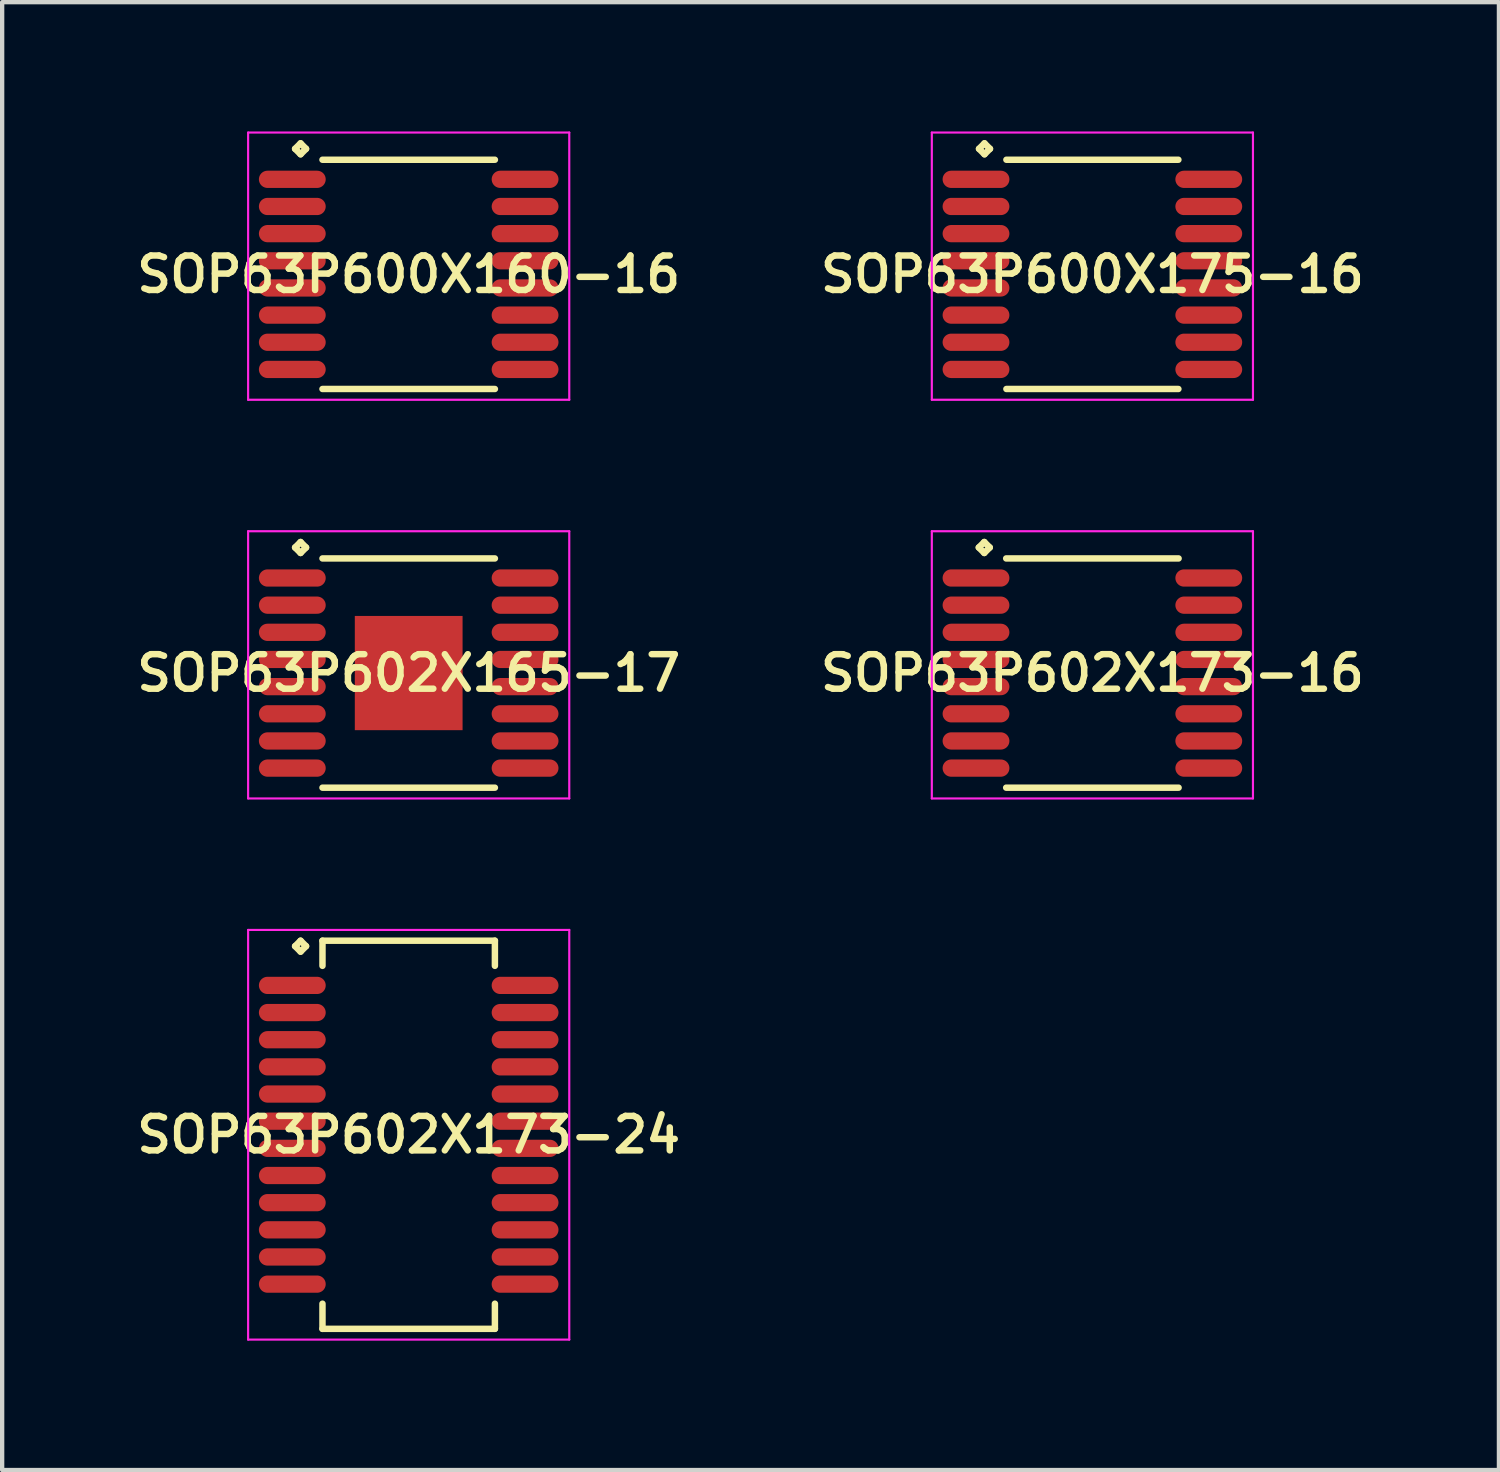
<source format=kicad_pcb>
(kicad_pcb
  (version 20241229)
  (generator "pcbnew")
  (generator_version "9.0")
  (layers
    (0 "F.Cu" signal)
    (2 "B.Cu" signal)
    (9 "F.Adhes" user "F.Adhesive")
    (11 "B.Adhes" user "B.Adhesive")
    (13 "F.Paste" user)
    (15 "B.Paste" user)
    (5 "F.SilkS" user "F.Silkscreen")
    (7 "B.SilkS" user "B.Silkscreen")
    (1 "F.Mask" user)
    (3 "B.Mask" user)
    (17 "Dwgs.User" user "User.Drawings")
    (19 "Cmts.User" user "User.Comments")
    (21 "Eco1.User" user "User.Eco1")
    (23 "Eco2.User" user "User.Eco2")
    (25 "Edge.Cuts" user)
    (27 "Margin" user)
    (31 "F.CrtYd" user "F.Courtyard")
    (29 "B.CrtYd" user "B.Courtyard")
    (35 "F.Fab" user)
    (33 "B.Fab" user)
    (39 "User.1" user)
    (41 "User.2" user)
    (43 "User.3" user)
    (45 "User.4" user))
  (footprint "SOP63P600X160-16"
    (layer "F.Cu")
    (at 6.431 3.315)
    (property "Reference" "SOP63P600X160-16" (at 0 0 0) (layer "F.SilkS") (effects (font (size 0.8 0.8) (thickness 0.15))))
    (attr smd)
    (fp_line (start -2.635 -2.913) (end -2.508 -3.04) (stroke (width 0.15) (type solid)) (layer "F.SilkS"))
    (fp_line (start -2.508 -3.04) (end -2.381 -2.913) (stroke (width 0.15) (type solid)) (layer "F.SilkS"))
    (fp_line (start -2.508 -2.786) (end -2.635 -2.913) (stroke (width 0.15) (type solid)) (layer "F.SilkS"))
    (fp_line (start -2.381 -2.913) (end -2.508 -2.786) (stroke (width 0.15) (type solid)) (layer "F.SilkS"))
    (fp_line (start -2 -2.659) (end 2 -2.659) (stroke (width 0.15) (type solid)) (layer "F.SilkS"))
    (fp_line (start -2 2.659) (end 2 2.659) (stroke (width 0.15) (type solid)) (layer "F.SilkS"))
    (fp_line (start -3.725 -3.29) (end 3.725 -3.29) (stroke (width 0.05) (type solid)) (layer "F.CrtYd"))
    (fp_line (start -3.725 2.909) (end -3.725 -3.29) (stroke (width 0.05) (type solid)) (layer "F.CrtYd"))
    (fp_line (start 3.725 -3.29) (end 3.725 2.909) (stroke (width 0.05) (type solid)) (layer "F.CrtYd"))
    (fp_line (start 3.725 2.909) (end -3.725 2.909) (stroke (width 0.05) (type solid)) (layer "F.CrtYd"))
    (pad "1" smd oval (at -2.7 -2.205) (size 1.55 0.4) (layers "F.Cu" "F.Mask" "F.Paste"))
    (pad "2" smd oval (at -2.7 -1.575) (size 1.55 0.4) (layers "F.Cu" "F.Mask" "F.Paste"))
    (pad "3" smd oval (at -2.7 -0.945) (size 1.55 0.4) (layers "F.Cu" "F.Mask" "F.Paste"))
    (pad "4" smd oval (at -2.7 -0.315) (size 1.55 0.4) (layers "F.Cu" "F.Mask" "F.Paste"))
    (pad "5" smd oval (at -2.7 0.315) (size 1.55 0.4) (layers "F.Cu" "F.Mask" "F.Paste"))
    (pad "6" smd oval (at -2.7 0.945) (size 1.55 0.4) (layers "F.Cu" "F.Mask" "F.Paste"))
    (pad "7" smd oval (at -2.7 1.575) (size 1.55 0.4) (layers "F.Cu" "F.Mask" "F.Paste"))
    (pad "8" smd oval (at -2.7 2.205) (size 1.55 0.4) (layers "F.Cu" "F.Mask" "F.Paste"))
    (pad "9" smd oval (at 2.7 2.205) (size 1.55 0.4) (layers "F.Cu" "F.Mask" "F.Paste"))
    (pad "10" smd oval (at 2.7 1.575) (size 1.55 0.4) (layers "F.Cu" "F.Mask" "F.Paste"))
    (pad "11" smd oval (at 2.7 0.945) (size 1.55 0.4) (layers "F.Cu" "F.Mask" "F.Paste"))
    (pad "12" smd oval (at 2.7 0.315) (size 1.55 0.4) (layers "F.Cu" "F.Mask" "F.Paste"))
    (pad "13" smd oval (at 2.7 -0.315) (size 1.55 0.4) (layers "F.Cu" "F.Mask" "F.Paste"))
    (pad "14" smd oval (at 2.7 -0.945) (size 1.55 0.4) (layers "F.Cu" "F.Mask" "F.Paste"))
    (pad "15" smd oval (at 2.7 -1.575) (size 1.55 0.4) (layers "F.Cu" "F.Mask" "F.Paste"))
    (pad "16" smd oval (at 2.7 -2.205) (size 1.55 0.4) (layers "F.Cu" "F.Mask" "F.Paste")))
  (footprint "SOP63P602X173-24"
    (layer "F.Cu")
    (at 6.431 23.275)
    (property "Reference" "SOP63P602X173-24" (at 0 0 0) (layer "F.SilkS") (effects (font (size 0.8 0.8) (thickness 0.15))))
    (attr smd)
    (fp_line (start -2.635 -4.375) (end -2.508 -4.502) (stroke (width 0.15) (type solid)) (layer "F.SilkS"))
    (fp_line (start -2.508 -4.502) (end -2.381 -4.375) (stroke (width 0.15) (type solid)) (layer "F.SilkS"))
    (fp_line (start -2.508 -4.248) (end -2.635 -4.375) (stroke (width 0.15) (type solid)) (layer "F.SilkS"))
    (fp_line (start -2.381 -4.375) (end -2.508 -4.248) (stroke (width 0.15) (type solid)) (layer "F.SilkS"))
    (fp_line (start -2 -4.502) (end 2 -4.502) (stroke (width 0.15) (type solid)) (layer "F.SilkS"))
    (fp_line (start -2 -3.919) (end -2 -4.502) (stroke (width 0.15) (type solid)) (layer "F.SilkS"))
    (fp_line (start -2 3.919) (end -2 4.502) (stroke (width 0.15) (type solid)) (layer "F.SilkS"))
    (fp_line (start -2 4.502) (end 2 4.502) (stroke (width 0.15) (type solid)) (layer "F.SilkS"))
    (fp_line (start 2 -4.502) (end 2 -3.919) (stroke (width 0.15) (type solid)) (layer "F.SilkS"))
    (fp_line (start 2 4.502) (end 2 3.919) (stroke (width 0.15) (type solid)) (layer "F.SilkS"))
    (fp_line (start -3.725 -4.752) (end 3.725 -4.752) (stroke (width 0.05) (type solid)) (layer "F.CrtYd"))
    (fp_line (start -3.725 4.752) (end -3.725 -4.752) (stroke (width 0.05) (type solid)) (layer "F.CrtYd"))
    (fp_line (start 3.725 -4.752) (end 3.725 4.752) (stroke (width 0.05) (type solid)) (layer "F.CrtYd"))
    (fp_line (start 3.725 4.752) (end -3.725 4.752) (stroke (width 0.05) (type solid)) (layer "F.CrtYd"))
    (pad "1" smd oval (at -2.7 -3.465) (size 1.55 0.4) (layers "F.Cu" "F.Mask" "F.Paste"))
    (pad "2" smd oval (at -2.7 -2.835) (size 1.55 0.4) (layers "F.Cu" "F.Mask" "F.Paste"))
    (pad "3" smd oval (at -2.7 -2.205) (size 1.55 0.4) (layers "F.Cu" "F.Mask" "F.Paste"))
    (pad "4" smd oval (at -2.7 -1.575) (size 1.55 0.4) (layers "F.Cu" "F.Mask" "F.Paste"))
    (pad "5" smd oval (at -2.7 -0.945) (size 1.55 0.4) (layers "F.Cu" "F.Mask" "F.Paste"))
    (pad "6" smd oval (at -2.7 -0.315) (size 1.55 0.4) (layers "F.Cu" "F.Mask" "F.Paste"))
    (pad "7" smd oval (at -2.7 0.315) (size 1.55 0.4) (layers "F.Cu" "F.Mask" "F.Paste"))
    (pad "8" smd oval (at -2.7 0.945) (size 1.55 0.4) (layers "F.Cu" "F.Mask" "F.Paste"))
    (pad "9" smd oval (at -2.7 1.575) (size 1.55 0.4) (layers "F.Cu" "F.Mask" "F.Paste"))
    (pad "10" smd oval (at -2.7 2.205) (size 1.55 0.4) (layers "F.Cu" "F.Mask" "F.Paste"))
    (pad "11" smd oval (at -2.7 2.835) (size 1.55 0.4) (layers "F.Cu" "F.Mask" "F.Paste"))
    (pad "12" smd oval (at -2.7 3.465) (size 1.55 0.4) (layers "F.Cu" "F.Mask" "F.Paste"))
    (pad "13" smd oval (at 2.7 3.465) (size 1.55 0.4) (layers "F.Cu" "F.Mask" "F.Paste"))
    (pad "14" smd oval (at 2.7 2.835) (size 1.55 0.4) (layers "F.Cu" "F.Mask" "F.Paste"))
    (pad "15" smd oval (at 2.7 2.205) (size 1.55 0.4) (layers "F.Cu" "F.Mask" "F.Paste"))
    (pad "16" smd oval (at 2.7 1.575) (size 1.55 0.4) (layers "F.Cu" "F.Mask" "F.Paste"))
    (pad "17" smd oval (at 2.7 0.945) (size 1.55 0.4) (layers "F.Cu" "F.Mask" "F.Paste"))
    (pad "18" smd oval (at 2.7 0.315) (size 1.55 0.4) (layers "F.Cu" "F.Mask" "F.Paste"))
    (pad "19" smd oval (at 2.7 -0.315) (size 1.55 0.4) (layers "F.Cu" "F.Mask" "F.Paste"))
    (pad "20" smd oval (at 2.7 -0.945) (size 1.55 0.4) (layers "F.Cu" "F.Mask" "F.Paste"))
    (pad "21" smd oval (at 2.7 -1.575) (size 1.55 0.4) (layers "F.Cu" "F.Mask" "F.Paste"))
    (pad "22" smd oval (at 2.7 -2.205) (size 1.55 0.4) (layers "F.Cu" "F.Mask" "F.Paste"))
    (pad "23" smd oval (at 2.7 -2.835) (size 1.55 0.4) (layers "F.Cu" "F.Mask" "F.Paste"))
    (pad "24" smd oval (at 2.7 -3.465) (size 1.55 0.4) (layers "F.Cu" "F.Mask" "F.Paste")))
  (footprint "SOP63P600X175-16"
    (layer "F.Cu")
    (at 22.292 3.315)
    (property "Reference" "SOP63P600X175-16" (at 0 0 0) (layer "F.SilkS") (effects (font (size 0.8 0.8) (thickness 0.15))))
    (attr smd)
    (fp_line (start -2.63 -2.913) (end -2.503 -3.04) (stroke (width 0.15) (type solid)) (layer "F.SilkS"))
    (fp_line (start -2.503 -3.04) (end -2.376 -2.913) (stroke (width 0.15) (type solid)) (layer "F.SilkS"))
    (fp_line (start -2.503 -2.786) (end -2.63 -2.913) (stroke (width 0.15) (type solid)) (layer "F.SilkS"))
    (fp_line (start -2.376 -2.913) (end -2.503 -2.786) (stroke (width 0.15) (type solid)) (layer "F.SilkS"))
    (fp_line (start -1.995 -2.659) (end 1.995 -2.659) (stroke (width 0.15) (type solid)) (layer "F.SilkS"))
    (fp_line (start -1.995 2.659) (end 1.995 2.659) (stroke (width 0.15) (type solid)) (layer "F.SilkS"))
    (fp_line (start -3.725 -3.29) (end 3.725 -3.29) (stroke (width 0.05) (type solid)) (layer "F.CrtYd"))
    (fp_line (start -3.725 2.909) (end -3.725 -3.29) (stroke (width 0.05) (type solid)) (layer "F.CrtYd"))
    (fp_line (start 3.725 -3.29) (end 3.725 2.909) (stroke (width 0.05) (type solid)) (layer "F.CrtYd"))
    (fp_line (start 3.725 2.909) (end -3.725 2.909) (stroke (width 0.05) (type solid)) (layer "F.CrtYd"))
    (pad "1" smd oval (at -2.7 -2.205) (size 1.55 0.4) (layers "F.Cu" "F.Mask" "F.Paste"))
    (pad "2" smd oval (at -2.7 -1.575) (size 1.55 0.4) (layers "F.Cu" "F.Mask" "F.Paste"))
    (pad "3" smd oval (at -2.7 -0.945) (size 1.55 0.4) (layers "F.Cu" "F.Mask" "F.Paste"))
    (pad "4" smd oval (at -2.7 -0.315) (size 1.55 0.4) (layers "F.Cu" "F.Mask" "F.Paste"))
    (pad "5" smd oval (at -2.7 0.315) (size 1.55 0.4) (layers "F.Cu" "F.Mask" "F.Paste"))
    (pad "6" smd oval (at -2.7 0.945) (size 1.55 0.4) (layers "F.Cu" "F.Mask" "F.Paste"))
    (pad "7" smd oval (at -2.7 1.575) (size 1.55 0.4) (layers "F.Cu" "F.Mask" "F.Paste"))
    (pad "8" smd oval (at -2.7 2.205) (size 1.55 0.4) (layers "F.Cu" "F.Mask" "F.Paste"))
    (pad "9" smd oval (at 2.7 2.205) (size 1.55 0.4) (layers "F.Cu" "F.Mask" "F.Paste"))
    (pad "10" smd oval (at 2.7 1.575) (size 1.55 0.4) (layers "F.Cu" "F.Mask" "F.Paste"))
    (pad "11" smd oval (at 2.7 0.945) (size 1.55 0.4) (layers "F.Cu" "F.Mask" "F.Paste"))
    (pad "12" smd oval (at 2.7 0.315) (size 1.55 0.4) (layers "F.Cu" "F.Mask" "F.Paste"))
    (pad "13" smd oval (at 2.7 -0.315) (size 1.55 0.4) (layers "F.Cu" "F.Mask" "F.Paste"))
    (pad "14" smd oval (at 2.7 -0.945) (size 1.55 0.4) (layers "F.Cu" "F.Mask" "F.Paste"))
    (pad "15" smd oval (at 2.7 -1.575) (size 1.55 0.4) (layers "F.Cu" "F.Mask" "F.Paste"))
    (pad "16" smd oval (at 2.7 -2.205) (size 1.55 0.4) (layers "F.Cu" "F.Mask" "F.Paste")))
  (footprint "SOP63P602X165-17"
    (layer "F.Cu")
    (at 6.431 12.564)
    (property "Reference" "SOP63P602X165-17" (at 0 0 0) (layer "F.SilkS") (effects (font (size 0.8 0.8) (thickness 0.15))))
    (attr smd)
    (fp_line (start -2.635 -2.913) (end -2.508 -3.04) (stroke (width 0.15) (type solid)) (layer "F.SilkS"))
    (fp_line (start -2.508 -3.04) (end -2.381 -2.913) (stroke (width 0.15) (type solid)) (layer "F.SilkS"))
    (fp_line (start -2.508 -2.786) (end -2.635 -2.913) (stroke (width 0.15) (type solid)) (layer "F.SilkS"))
    (fp_line (start -2.381 -2.913) (end -2.508 -2.786) (stroke (width 0.15) (type solid)) (layer "F.SilkS"))
    (fp_line (start -2 -2.659) (end 2 -2.659) (stroke (width 0.15) (type solid)) (layer "F.SilkS"))
    (fp_line (start -2 2.659) (end 2 2.659) (stroke (width 0.15) (type solid)) (layer "F.SilkS"))
    (fp_line (start -3.725 -3.29) (end 3.725 -3.29) (stroke (width 0.05) (type solid)) (layer "F.CrtYd"))
    (fp_line (start -3.725 2.909) (end -3.725 -3.29) (stroke (width 0.05) (type solid)) (layer "F.CrtYd"))
    (fp_line (start 3.725 -3.29) (end 3.725 2.909) (stroke (width 0.05) (type solid)) (layer "F.CrtYd"))
    (fp_line (start 3.725 2.909) (end -3.725 2.909) (stroke (width 0.05) (type solid)) (layer "F.CrtYd"))
    (pad "1" smd oval (at -2.7 -2.205) (size 1.55 0.4) (layers "F.Cu" "F.Mask" "F.Paste"))
    (pad "2" smd oval (at -2.7 -1.575) (size 1.55 0.4) (layers "F.Cu" "F.Mask" "F.Paste"))
    (pad "3" smd oval (at -2.7 -0.945) (size 1.55 0.4) (layers "F.Cu" "F.Mask" "F.Paste"))
    (pad "4" smd oval (at -2.7 -0.315) (size 1.55 0.4) (layers "F.Cu" "F.Mask" "F.Paste"))
    (pad "5" smd oval (at -2.7 0.315) (size 1.55 0.4) (layers "F.Cu" "F.Mask" "F.Paste"))
    (pad "6" smd oval (at -2.7 0.945) (size 1.55 0.4) (layers "F.Cu" "F.Mask" "F.Paste"))
    (pad "7" smd oval (at -2.7 1.575) (size 1.55 0.4) (layers "F.Cu" "F.Mask" "F.Paste"))
    (pad "8" smd oval (at -2.7 2.205) (size 1.55 0.4) (layers "F.Cu" "F.Mask" "F.Paste"))
    (pad "9" smd oval (at 2.7 2.205) (size 1.55 0.4) (layers "F.Cu" "F.Mask" "F.Paste"))
    (pad "10" smd oval (at 2.7 1.575) (size 1.55 0.4) (layers "F.Cu" "F.Mask" "F.Paste"))
    (pad "11" smd oval (at 2.7 0.945) (size 1.55 0.4) (layers "F.Cu" "F.Mask" "F.Paste"))
    (pad "12" smd oval (at 2.7 0.315) (size 1.55 0.4) (layers "F.Cu" "F.Mask" "F.Paste"))
    (pad "13" smd oval (at 2.7 -0.315) (size 1.55 0.4) (layers "F.Cu" "F.Mask" "F.Paste"))
    (pad "14" smd oval (at 2.7 -0.945) (size 1.55 0.4) (layers "F.Cu" "F.Mask" "F.Paste"))
    (pad "15" smd oval (at 2.7 -1.575) (size 1.55 0.4) (layers "F.Cu" "F.Mask" "F.Paste"))
    (pad "16" smd oval (at 2.7 -2.205) (size 1.55 0.4) (layers "F.Cu" "F.Mask" "F.Paste"))
    (pad "17" smd rect (at 0 0) (size 2.5 2.65) (layers "F.Cu" "F.Mask" "F.Paste")))
  (footprint "SOP63P602X173-16"
    (layer "F.Cu")
    (at 22.292 12.564)
    (property "Reference" "SOP63P602X173-16" (at 0 0 0) (layer "F.SilkS") (effects (font (size 0.8 0.8) (thickness 0.15))))
    (attr smd)
    (fp_line (start -2.635 -2.913) (end -2.508 -3.04) (stroke (width 0.15) (type solid)) (layer "F.SilkS"))
    (fp_line (start -2.508 -3.04) (end -2.381 -2.913) (stroke (width 0.15) (type solid)) (layer "F.SilkS"))
    (fp_line (start -2.508 -2.786) (end -2.635 -2.913) (stroke (width 0.15) (type solid)) (layer "F.SilkS"))
    (fp_line (start -2.381 -2.913) (end -2.508 -2.786) (stroke (width 0.15) (type solid)) (layer "F.SilkS"))
    (fp_line (start -2 -2.659) (end 2 -2.659) (stroke (width 0.15) (type solid)) (layer "F.SilkS"))
    (fp_line (start -2 2.659) (end 2 2.659) (stroke (width 0.15) (type solid)) (layer "F.SilkS"))
    (fp_line (start -3.725 -3.29) (end 3.725 -3.29) (stroke (width 0.05) (type solid)) (layer "F.CrtYd"))
    (fp_line (start -3.725 2.909) (end -3.725 -3.29) (stroke (width 0.05) (type solid)) (layer "F.CrtYd"))
    (fp_line (start 3.725 -3.29) (end 3.725 2.909) (stroke (width 0.05) (type solid)) (layer "F.CrtYd"))
    (fp_line (start 3.725 2.909) (end -3.725 2.909) (stroke (width 0.05) (type solid)) (layer "F.CrtYd"))
    (pad "1" smd oval (at -2.7 -2.205) (size 1.55 0.4) (layers "F.Cu" "F.Mask" "F.Paste"))
    (pad "2" smd oval (at -2.7 -1.575) (size 1.55 0.4) (layers "F.Cu" "F.Mask" "F.Paste"))
    (pad "3" smd oval (at -2.7 -0.945) (size 1.55 0.4) (layers "F.Cu" "F.Mask" "F.Paste"))
    (pad "4" smd oval (at -2.7 -0.315) (size 1.55 0.4) (layers "F.Cu" "F.Mask" "F.Paste"))
    (pad "5" smd oval (at -2.7 0.315) (size 1.55 0.4) (layers "F.Cu" "F.Mask" "F.Paste"))
    (pad "6" smd oval (at -2.7 0.945) (size 1.55 0.4) (layers "F.Cu" "F.Mask" "F.Paste"))
    (pad "7" smd oval (at -2.7 1.575) (size 1.55 0.4) (layers "F.Cu" "F.Mask" "F.Paste"))
    (pad "8" smd oval (at -2.7 2.205) (size 1.55 0.4) (layers "F.Cu" "F.Mask" "F.Paste"))
    (pad "9" smd oval (at 2.7 2.205) (size 1.55 0.4) (layers "F.Cu" "F.Mask" "F.Paste"))
    (pad "10" smd oval (at 2.7 1.575) (size 1.55 0.4) (layers "F.Cu" "F.Mask" "F.Paste"))
    (pad "11" smd oval (at 2.7 0.945) (size 1.55 0.4) (layers "F.Cu" "F.Mask" "F.Paste"))
    (pad "12" smd oval (at 2.7 0.315) (size 1.55 0.4) (layers "F.Cu" "F.Mask" "F.Paste"))
    (pad "13" smd oval (at 2.7 -0.315) (size 1.55 0.4) (layers "F.Cu" "F.Mask" "F.Paste"))
    (pad "14" smd oval (at 2.7 -0.945) (size 1.55 0.4) (layers "F.Cu" "F.Mask" "F.Paste"))
    (pad "15" smd oval (at 2.7 -1.575) (size 1.55 0.4) (layers "F.Cu" "F.Mask" "F.Paste"))
    (pad "16" smd oval (at 2.7 -2.205) (size 1.55 0.4) (layers "F.Cu" "F.Mask" "F.Paste")))
  (gr_rect
    (start -3 -3)
    (end 31.723 31.052)
    (stroke (width 0.1) (type default))
    (fill no)
    (layer "Edge.Cuts")))
</source>
